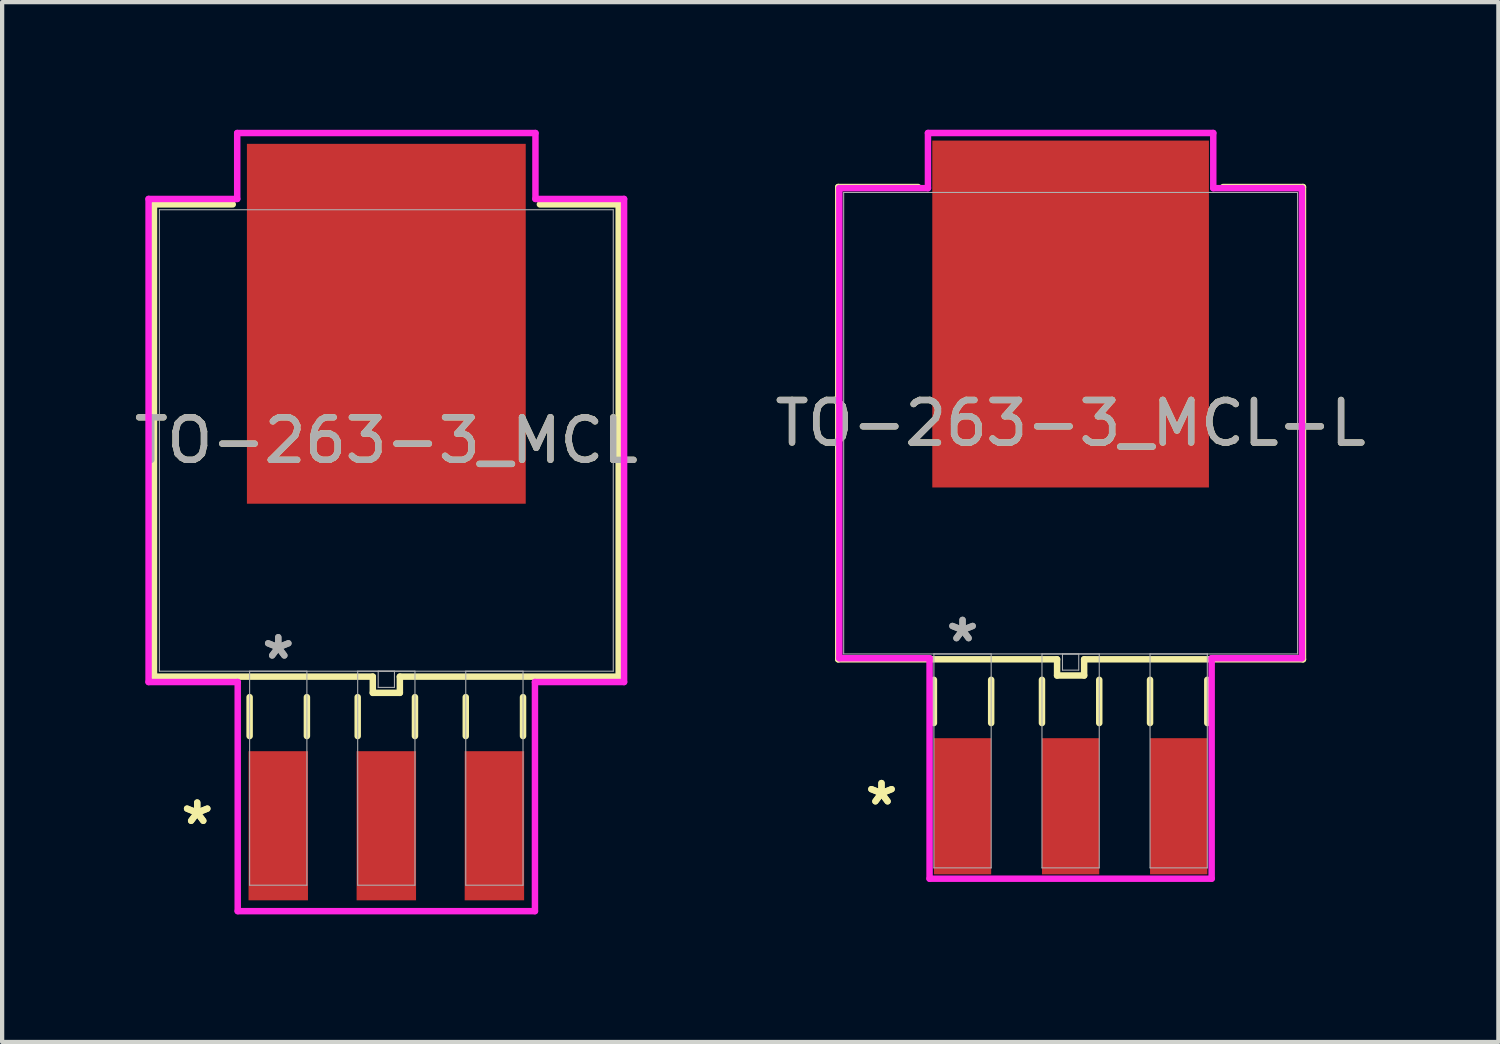
<source format=kicad_pcb>
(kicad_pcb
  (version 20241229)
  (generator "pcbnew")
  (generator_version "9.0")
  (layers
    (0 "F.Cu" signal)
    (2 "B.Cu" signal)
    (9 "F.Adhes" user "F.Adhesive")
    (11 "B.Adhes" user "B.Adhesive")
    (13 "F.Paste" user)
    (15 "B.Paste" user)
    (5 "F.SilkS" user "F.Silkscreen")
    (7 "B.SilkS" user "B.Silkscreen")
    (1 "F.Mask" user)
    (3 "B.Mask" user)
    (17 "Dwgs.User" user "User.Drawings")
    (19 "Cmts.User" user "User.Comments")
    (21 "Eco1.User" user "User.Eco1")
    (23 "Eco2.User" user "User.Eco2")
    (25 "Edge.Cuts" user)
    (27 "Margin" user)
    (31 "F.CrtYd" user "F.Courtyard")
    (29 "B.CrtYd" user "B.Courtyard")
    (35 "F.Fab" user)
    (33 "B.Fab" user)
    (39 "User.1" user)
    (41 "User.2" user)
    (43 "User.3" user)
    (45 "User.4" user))
  (footprint "TO-263-3_MCL-L"
    (layer "F.Cu")
    (at 22.113 6.896)
    (property "Reference" "TO-263-3_MCL-L" (at 0 0 0) (unlocked yes) (layer "F.SilkS") (effects (font (size 1 1) (thickness 0.15))))
    (attr smd)
    (fp_line (start -5.461 -5.55) (end -5.461 5.55) (stroke (width 0.152) (type solid)) (layer "F.SilkS"))
    (fp_line (start -5.461 5.55) (end -0.318 5.55) (stroke (width 0.152) (type solid)) (layer "F.SilkS"))
    (fp_line (start -3.584 -5.55) (end -5.461 -5.55) (stroke (width 0.152) (type solid)) (layer "F.SilkS"))
    (fp_line (start -3.213 6.032) (end -3.213 7.048) (stroke (width 0.152) (type solid)) (layer "F.SilkS"))
    (fp_line (start -1.867 6.032) (end -1.867 7.048) (stroke (width 0.152) (type solid)) (layer "F.SilkS"))
    (fp_line (start -0.673 6.032) (end -0.673 7.048) (stroke (width 0.152) (type solid)) (layer "F.SilkS"))
    (fp_line (start -0.318 5.55) (end -0.318 5.931) (stroke (width 0.152) (type solid)) (layer "F.SilkS"))
    (fp_line (start -0.318 5.931) (end 0.318 5.931) (stroke (width 0.152) (type solid)) (layer "F.SilkS"))
    (fp_line (start 0.318 5.55) (end 5.461 5.55) (stroke (width 0.152) (type solid)) (layer "F.SilkS"))
    (fp_line (start 0.318 5.931) (end 0.318 5.55) (stroke (width 0.152) (type solid)) (layer "F.SilkS"))
    (fp_line (start 0.673 6.032) (end 0.673 7.048) (stroke (width 0.152) (type solid)) (layer "F.SilkS"))
    (fp_line (start 1.867 6.032) (end 1.867 7.048) (stroke (width 0.152) (type solid)) (layer "F.SilkS"))
    (fp_line (start 3.213 6.032) (end 3.213 7.048) (stroke (width 0.152) (type solid)) (layer "F.SilkS"))
    (fp_line (start 5.461 -5.55) (end 3.584 -5.55) (stroke (width 0.152) (type solid)) (layer "F.SilkS"))
    (fp_line (start 5.461 5.55) (end 5.461 -5.55) (stroke (width 0.152) (type solid)) (layer "F.SilkS"))
    (fp_line (start -5.436 -5.524) (end -3.353 -5.524) (stroke (width 0.152) (type solid)) (layer "F.CrtYd"))
    (fp_line (start -5.436 5.524) (end -5.436 -5.524) (stroke (width 0.152) (type solid)) (layer "F.CrtYd"))
    (fp_line (start -3.353 -6.82) (end 3.353 -6.82) (stroke (width 0.152) (type solid)) (layer "F.CrtYd"))
    (fp_line (start -3.353 -5.524) (end -3.353 -6.82) (stroke (width 0.152) (type solid)) (layer "F.CrtYd"))
    (fp_line (start -3.315 5.524) (end -5.436 5.524) (stroke (width 0.152) (type solid)) (layer "F.CrtYd"))
    (fp_line (start -3.315 10.706) (end -3.315 5.524) (stroke (width 0.152) (type solid)) (layer "F.CrtYd"))
    (fp_line (start 3.315 5.524) (end 3.315 10.706) (stroke (width 0.152) (type solid)) (layer "F.CrtYd"))
    (fp_line (start 3.315 10.706) (end -3.315 10.706) (stroke (width 0.152) (type solid)) (layer "F.CrtYd"))
    (fp_line (start 3.353 -6.82) (end 3.353 -5.524) (stroke (width 0.152) (type solid)) (layer "F.CrtYd"))
    (fp_line (start 3.353 -5.524) (end 5.436 -5.524) (stroke (width 0.152) (type solid)) (layer "F.CrtYd"))
    (fp_line (start 5.436 -5.524) (end 5.436 5.524) (stroke (width 0.152) (type solid)) (layer "F.CrtYd"))
    (fp_line (start 5.436 5.524) (end 3.315 5.524) (stroke (width 0.152) (type solid)) (layer "F.CrtYd"))
    (fp_line (start -5.334 -5.423) (end -5.334 5.423) (stroke (width 0.025) (type solid)) (layer "F.Fab"))
    (fp_line (start -5.334 5.423) (end 5.334 5.423) (stroke (width 0.025) (type solid)) (layer "F.Fab"))
    (fp_line (start -3.213 5.423) (end -3.213 10.452) (stroke (width 0.025) (type solid)) (layer "F.Fab"))
    (fp_line (start -3.213 10.452) (end -1.867 10.452) (stroke (width 0.025) (type solid)) (layer "F.Fab"))
    (fp_line (start -1.867 5.423) (end -3.213 5.423) (stroke (width 0.025) (type solid)) (layer "F.Fab"))
    (fp_line (start -1.867 10.452) (end -1.867 5.423) (stroke (width 0.025) (type solid)) (layer "F.Fab"))
    (fp_line (start -0.673 5.423) (end -0.673 10.452) (stroke (width 0.025) (type solid)) (layer "F.Fab"))
    (fp_line (start -0.673 10.452) (end 0.673 10.452) (stroke (width 0.025) (type solid)) (layer "F.Fab"))
    (fp_line (start -0.191 5.423) (end -0.191 5.804) (stroke (width 0.025) (type solid)) (layer "F.Fab"))
    (fp_line (start -0.191 5.804) (end 0.191 5.804) (stroke (width 0.025) (type solid)) (layer "F.Fab"))
    (fp_line (start 0.191 5.423) (end -0.191 5.423) (stroke (width 0.025) (type solid)) (layer "F.Fab"))
    (fp_line (start 0.191 5.804) (end 0.191 5.423) (stroke (width 0.025) (type solid)) (layer "F.Fab"))
    (fp_line (start 0.673 5.423) (end -0.673 5.423) (stroke (width 0.025) (type solid)) (layer "F.Fab"))
    (fp_line (start 0.673 10.452) (end 0.673 5.423) (stroke (width 0.025) (type solid)) (layer "F.Fab"))
    (fp_line (start 1.867 5.423) (end 1.867 10.452) (stroke (width 0.025) (type solid)) (layer "F.Fab"))
    (fp_line (start 1.867 10.452) (end 3.213 10.452) (stroke (width 0.025) (type solid)) (layer "F.Fab"))
    (fp_line (start 3.213 5.423) (end 1.867 5.423) (stroke (width 0.025) (type solid)) (layer "F.Fab"))
    (fp_line (start 3.213 10.452) (end 3.213 5.423) (stroke (width 0.025) (type solid)) (layer "F.Fab"))
    (fp_line (start 5.334 -5.423) (end -5.334 -5.423) (stroke (width 0.025) (type solid)) (layer "F.Fab"))
    (fp_line (start 5.334 5.423) (end 5.334 -5.423) (stroke (width 0.025) (type solid)) (layer "F.Fab"))
    (fp_text user "*" (at -4.445 9.004 0) (layer "F.SilkS") (effects (font (size 1 1) (thickness 0.15))))
    (fp_text user "*" (at -4.445 9.004 0) (unlocked yes) (layer "F.SilkS") (effects (font (size 1 1) (thickness 0.15))))
    (fp_text user "*" (at -2.54 5.169 0) (unlocked yes) (layer "F.Fab") (effects (font (size 1 1) (thickness 0.15))))
    (fp_text user "*" (at -2.54 5.169 0) (layer "F.Fab") (effects (font (size 1 1) (thickness 0.15))))
    (fp_text user "${REFERENCE}" (at 0 0 0) (unlocked yes) (layer "F.Fab") (effects (font (size 1 1) (thickness 0.15))))
    (pad "1" smd rect (at -2.54 9.004) (size 1.346 3.2) (layers "F.Cu" "F.Mask" "F.Paste"))
    (pad "2" smd rect (at 0 9.004) (size 1.346 3.2) (layers "F.Cu" "F.Mask" "F.Paste"))
    (pad "3" smd rect (at 2.54 9.004) (size 1.346 3.2) (layers "F.Cu" "F.Mask" "F.Paste"))
    (pad "4" smd rect (at 0 -2.565) (size 6.502 8.153) (layers "F.Cu" "F.Mask" "F.Paste")))
  (footprint "TO-263-3_MCL"
    (layer "F.Cu")
    (at 6.03 7.303)
    (property "Reference" "TO-263-3_MCL" (at 0 0 0) (unlocked yes) (layer "F.SilkS") (effects (font (size 1 1) (thickness 0.15))))
    (attr smd)
    (fp_line (start -5.461 -5.55) (end -5.461 5.55) (stroke (width 0.152) (type solid)) (layer "F.SilkS"))
    (fp_line (start -5.461 5.55) (end -0.318 5.55) (stroke (width 0.152) (type solid)) (layer "F.SilkS"))
    (fp_line (start -3.609 -5.55) (end -5.461 -5.55) (stroke (width 0.152) (type solid)) (layer "F.SilkS"))
    (fp_line (start -3.213 6.032) (end -3.213 6.947) (stroke (width 0.152) (type solid)) (layer "F.SilkS"))
    (fp_line (start -1.867 6.032) (end -1.867 6.947) (stroke (width 0.152) (type solid)) (layer "F.SilkS"))
    (fp_line (start -0.673 6.032) (end -0.673 6.947) (stroke (width 0.152) (type solid)) (layer "F.SilkS"))
    (fp_line (start -0.318 5.55) (end -0.318 5.931) (stroke (width 0.152) (type solid)) (layer "F.SilkS"))
    (fp_line (start -0.318 5.931) (end 0.318 5.931) (stroke (width 0.152) (type solid)) (layer "F.SilkS"))
    (fp_line (start 0.318 5.55) (end 5.461 5.55) (stroke (width 0.152) (type solid)) (layer "F.SilkS"))
    (fp_line (start 0.318 5.931) (end 0.318 5.55) (stroke (width 0.152) (type solid)) (layer "F.SilkS"))
    (fp_line (start 0.673 6.032) (end 0.673 6.947) (stroke (width 0.152) (type solid)) (layer "F.SilkS"))
    (fp_line (start 1.867 6.032) (end 1.867 6.947) (stroke (width 0.152) (type solid)) (layer "F.SilkS"))
    (fp_line (start 3.213 6.032) (end 3.213 6.947) (stroke (width 0.152) (type solid)) (layer "F.SilkS"))
    (fp_line (start 5.461 -5.55) (end 3.609 -5.55) (stroke (width 0.152) (type solid)) (layer "F.SilkS"))
    (fp_line (start 5.461 5.55) (end 5.461 -5.55) (stroke (width 0.152) (type solid)) (layer "F.SilkS"))
    (fp_line (start -5.588 -5.677) (end -3.505 -5.677) (stroke (width 0.152) (type solid)) (layer "F.CrtYd"))
    (fp_line (start -5.588 5.677) (end -5.588 -5.677) (stroke (width 0.152) (type solid)) (layer "F.CrtYd"))
    (fp_line (start -3.505 -7.226) (end 3.505 -7.226) (stroke (width 0.152) (type solid)) (layer "F.CrtYd"))
    (fp_line (start -3.505 -5.677) (end -3.505 -7.226) (stroke (width 0.152) (type solid)) (layer "F.CrtYd"))
    (fp_line (start -3.493 5.677) (end -5.588 5.677) (stroke (width 0.152) (type solid)) (layer "F.CrtYd"))
    (fp_line (start -3.493 11.062) (end -3.493 5.677) (stroke (width 0.152) (type solid)) (layer "F.CrtYd"))
    (fp_line (start 3.493 5.677) (end 3.493 11.062) (stroke (width 0.152) (type solid)) (layer "F.CrtYd"))
    (fp_line (start 3.493 11.062) (end -3.493 11.062) (stroke (width 0.152) (type solid)) (layer "F.CrtYd"))
    (fp_line (start 3.505 -7.226) (end 3.505 -5.677) (stroke (width 0.152) (type solid)) (layer "F.CrtYd"))
    (fp_line (start 3.505 -5.677) (end 5.588 -5.677) (stroke (width 0.152) (type solid)) (layer "F.CrtYd"))
    (fp_line (start 5.588 -5.677) (end 5.588 5.677) (stroke (width 0.152) (type solid)) (layer "F.CrtYd"))
    (fp_line (start 5.588 5.677) (end 3.493 5.677) (stroke (width 0.152) (type solid)) (layer "F.CrtYd"))
    (fp_line (start -5.334 -5.423) (end -5.334 5.423) (stroke (width 0.025) (type solid)) (layer "F.Fab"))
    (fp_line (start -5.334 5.423) (end 5.334 5.423) (stroke (width 0.025) (type solid)) (layer "F.Fab"))
    (fp_line (start -3.213 5.423) (end -3.213 10.452) (stroke (width 0.025) (type solid)) (layer "F.Fab"))
    (fp_line (start -3.213 10.452) (end -1.867 10.452) (stroke (width 0.025) (type solid)) (layer "F.Fab"))
    (fp_line (start -1.867 5.423) (end -3.213 5.423) (stroke (width 0.025) (type solid)) (layer "F.Fab"))
    (fp_line (start -1.867 10.452) (end -1.867 5.423) (stroke (width 0.025) (type solid)) (layer "F.Fab"))
    (fp_line (start -0.673 5.423) (end -0.673 10.452) (stroke (width 0.025) (type solid)) (layer "F.Fab"))
    (fp_line (start -0.673 10.452) (end 0.673 10.452) (stroke (width 0.025) (type solid)) (layer "F.Fab"))
    (fp_line (start -0.191 5.423) (end -0.191 5.804) (stroke (width 0.025) (type solid)) (layer "F.Fab"))
    (fp_line (start -0.191 5.804) (end 0.191 5.804) (stroke (width 0.025) (type solid)) (layer "F.Fab"))
    (fp_line (start 0.191 5.423) (end -0.191 5.423) (stroke (width 0.025) (type solid)) (layer "F.Fab"))
    (fp_line (start 0.191 5.804) (end 0.191 5.423) (stroke (width 0.025) (type solid)) (layer "F.Fab"))
    (fp_line (start 0.673 5.423) (end -0.673 5.423) (stroke (width 0.025) (type solid)) (layer "F.Fab"))
    (fp_line (start 0.673 10.452) (end 0.673 5.423) (stroke (width 0.025) (type solid)) (layer "F.Fab"))
    (fp_line (start 1.867 5.423) (end 1.867 10.452) (stroke (width 0.025) (type solid)) (layer "F.Fab"))
    (fp_line (start 1.867 10.452) (end 3.213 10.452) (stroke (width 0.025) (type solid)) (layer "F.Fab"))
    (fp_line (start 3.213 5.423) (end 1.867 5.423) (stroke (width 0.025) (type solid)) (layer "F.Fab"))
    (fp_line (start 3.213 10.452) (end 3.213 5.423) (stroke (width 0.025) (type solid)) (layer "F.Fab"))
    (fp_line (start 5.334 -5.423) (end -5.334 -5.423) (stroke (width 0.025) (type solid)) (layer "F.Fab"))
    (fp_line (start 5.334 5.423) (end 5.334 -5.423) (stroke (width 0.025) (type solid)) (layer "F.Fab"))
    (fp_text user "*" (at -4.445 9.055 0) (unlocked yes) (layer "F.SilkS") (effects (font (size 1 1) (thickness 0.15))))
    (fp_text user "*" (at -4.445 9.055 0) (layer "F.SilkS") (effects (font (size 1 1) (thickness 0.15))))
    (fp_text user "*" (at -2.54 5.169 0) (layer "F.Fab") (effects (font (size 1 1) (thickness 0.15))))
    (fp_text user "*" (at -2.54 5.169 0) (unlocked yes) (layer "F.Fab") (effects (font (size 1 1) (thickness 0.15))))
    (fp_text user "${REFERENCE}" (at 0 0 0) (unlocked yes) (layer "F.Fab") (effects (font (size 1 1) (thickness 0.15))))
    (pad "1" smd rect (at -2.54 9.055) (size 1.397 3.505) (layers "F.Cu" "F.Mask" "F.Paste"))
    (pad "2" smd rect (at 0 9.055) (size 1.397 3.505) (layers "F.Cu" "F.Mask" "F.Paste"))
    (pad "3" smd rect (at 2.54 9.055) (size 1.397 3.505) (layers "F.Cu" "F.Mask" "F.Paste"))
    (pad "4" smd rect (at 0 -2.743) (size 6.553 8.458) (layers "F.Cu" "F.Mask" "F.Paste")))
  (gr_rect
    (start -3 -3)
    (end 32.167 21.44)
    (stroke (width 0.1) (type default))
    (fill no)
    (layer "Edge.Cuts")))
</source>
